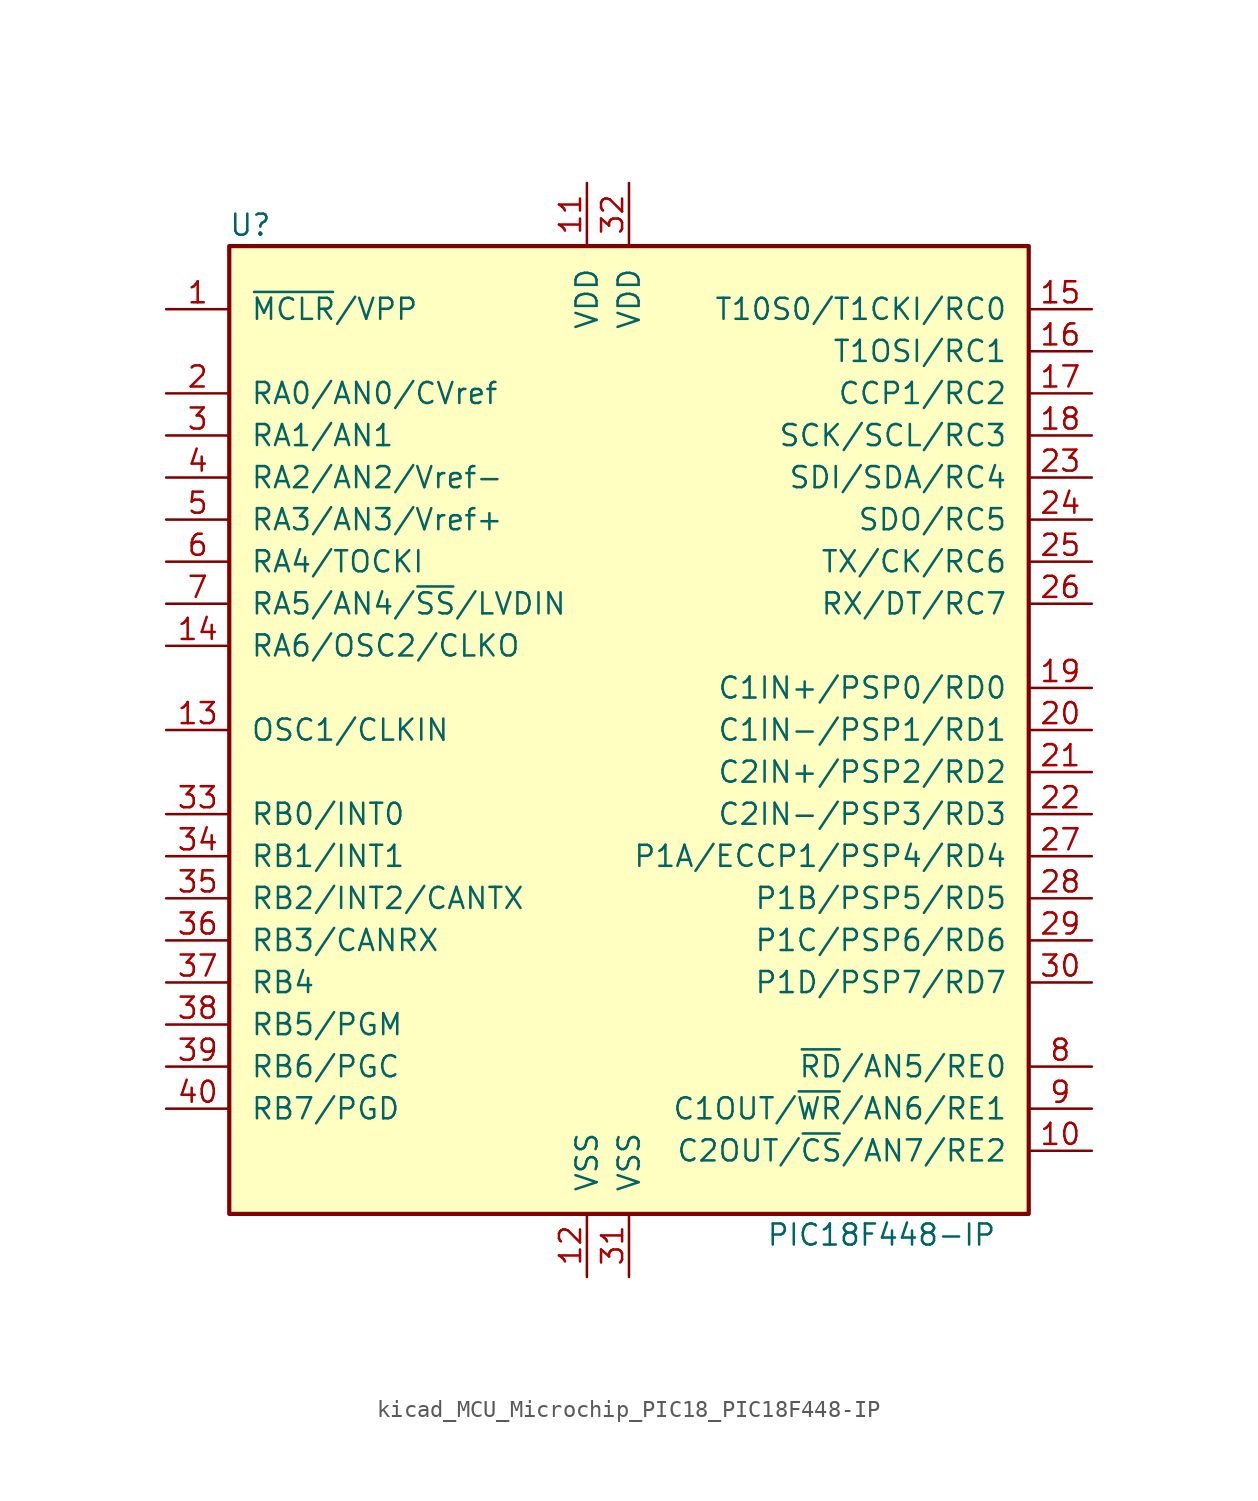
<source format=kicad_sym>
(kicad_symbol_lib
  (version 20220914)
  (generator kicad_symbol_editor)
  (symbol "kicad_MCU_Microchip_PIC18_PIC18F448-IP"
    (pin_names
      (offset 1.27))
    (property "Reference" "U"
      (at -22.86 30.48 0)
      (effects (font (size 1.27 1.27))))
    (property "Value" "PIC18F448-IP"
      (at 15.24 -30.48 0)
      (effects (font (size 1.27 1.27))))
    (symbol "kicad_MCU_Microchip_PIC18_PIC18F448-IP_0_1"
      (rectangle (start -24.13 -29.21) (end 24.13 29.21) (stroke (width 0.254) (type default)) (fill (type background))))
    (symbol "kicad_MCU_Microchip_PIC18_PIC18F448-IP_1_1"
      (pin input line (at -27.94 25.4 0) (length 3.81) (name "~{MCLR}/VPP" (effects (font (size 1.27 1.27)))) (number "1" (effects (font (size 1.27 1.27)))))
      (pin bidirectional line (at 27.94 -25.4 180) (length 3.81) (name "C2OUT/~{CS}/AN7/RE2" (effects (font (size 1.27 1.27)))) (number "10" (effects (font (size 1.27 1.27)))))
      (pin power_in line (at -2.54 33.02 270) (length 3.81) (name "VDD" (effects (font (size 1.27 1.27)))) (number "11" (effects (font (size 1.27 1.27)))))
      (pin power_in line (at -2.54 -33.02 90) (length 3.81) (name "VSS" (effects (font (size 1.27 1.27)))) (number "12" (effects (font (size 1.27 1.27)))))
      (pin input line (at -27.94 0 0) (length 3.81) (name "OSC1/CLKIN" (effects (font (size 1.27 1.27)))) (number "13" (effects (font (size 1.27 1.27)))))
      (pin output line (at -27.94 5.08 0) (length 3.81) (name "RA6/OSC2/CLKO" (effects (font (size 1.27 1.27)))) (number "14" (effects (font (size 1.27 1.27)))))
      (pin bidirectional line (at 27.94 25.4 180) (length 3.81) (name "T10S0/T1CKI/RC0" (effects (font (size 1.27 1.27)))) (number "15" (effects (font (size 1.27 1.27)))))
      (pin bidirectional line (at 27.94 22.86 180) (length 3.81) (name "T1OSI/RC1" (effects (font (size 1.27 1.27)))) (number "16" (effects (font (size 1.27 1.27)))))
      (pin bidirectional line (at 27.94 20.32 180) (length 3.81) (name "CCP1/RC2" (effects (font (size 1.27 1.27)))) (number "17" (effects (font (size 1.27 1.27)))))
      (pin bidirectional line (at 27.94 17.78 180) (length 3.81) (name "SCK/SCL/RC3" (effects (font (size 1.27 1.27)))) (number "18" (effects (font (size 1.27 1.27)))))
      (pin bidirectional line (at 27.94 2.54 180) (length 3.81) (name "C1IN+/PSP0/RD0" (effects (font (size 1.27 1.27)))) (number "19" (effects (font (size 1.27 1.27)))))
      (pin bidirectional line (at -27.94 20.32 0) (length 3.81) (name "RA0/AN0/CVref" (effects (font (size 1.27 1.27)))) (number "2" (effects (font (size 1.27 1.27)))))
      (pin bidirectional line (at 27.94 0 180) (length 3.81) (name "C1IN-/PSP1/RD1" (effects (font (size 1.27 1.27)))) (number "20" (effects (font (size 1.27 1.27)))))
      (pin bidirectional line (at 27.94 -2.54 180) (length 3.81) (name "C2IN+/PSP2/RD2" (effects (font (size 1.27 1.27)))) (number "21" (effects (font (size 1.27 1.27)))))
      (pin bidirectional line (at 27.94 -5.08 180) (length 3.81) (name "C2IN-/PSP3/RD3" (effects (font (size 1.27 1.27)))) (number "22" (effects (font (size 1.27 1.27)))))
      (pin bidirectional line (at 27.94 15.24 180) (length 3.81) (name "SDI/SDA/RC4" (effects (font (size 1.27 1.27)))) (number "23" (effects (font (size 1.27 1.27)))))
      (pin bidirectional line (at 27.94 12.7 180) (length 3.81) (name "SDO/RC5" (effects (font (size 1.27 1.27)))) (number "24" (effects (font (size 1.27 1.27)))))
      (pin bidirectional line (at 27.94 10.16 180) (length 3.81) (name "TX/CK/RC6" (effects (font (size 1.27 1.27)))) (number "25" (effects (font (size 1.27 1.27)))))
      (pin bidirectional line (at 27.94 7.62 180) (length 3.81) (name "RX/DT/RC7" (effects (font (size 1.27 1.27)))) (number "26" (effects (font (size 1.27 1.27)))))
      (pin bidirectional line (at 27.94 -7.62 180) (length 3.81) (name "P1A/ECCP1/PSP4/RD4" (effects (font (size 1.27 1.27)))) (number "27" (effects (font (size 1.27 1.27)))))
      (pin bidirectional line (at 27.94 -10.16 180) (length 3.81) (name "P1B/PSP5/RD5" (effects (font (size 1.27 1.27)))) (number "28" (effects (font (size 1.27 1.27)))))
      (pin bidirectional line (at 27.94 -12.7 180) (length 3.81) (name "P1C/PSP6/RD6" (effects (font (size 1.27 1.27)))) (number "29" (effects (font (size 1.27 1.27)))))
      (pin bidirectional line (at -27.94 17.78 0) (length 3.81) (name "RA1/AN1" (effects (font (size 1.27 1.27)))) (number "3" (effects (font (size 1.27 1.27)))))
      (pin bidirectional line (at 27.94 -15.24 180) (length 3.81) (name "P1D/PSP7/RD7" (effects (font (size 1.27 1.27)))) (number "30" (effects (font (size 1.27 1.27)))))
      (pin power_in line (at 0 -33.02 90) (length 3.81) (name "VSS" (effects (font (size 1.27 1.27)))) (number "31" (effects (font (size 1.27 1.27)))))
      (pin power_in line (at 0 33.02 270) (length 3.81) (name "VDD" (effects (font (size 1.27 1.27)))) (number "32" (effects (font (size 1.27 1.27)))))
      (pin bidirectional line (at -27.94 -5.08 0) (length 3.81) (name "RB0/INT0" (effects (font (size 1.27 1.27)))) (number "33" (effects (font (size 1.27 1.27)))))
      (pin bidirectional line (at -27.94 -7.62 0) (length 3.81) (name "RB1/INT1" (effects (font (size 1.27 1.27)))) (number "34" (effects (font (size 1.27 1.27)))))
      (pin bidirectional line (at -27.94 -10.16 0) (length 3.81) (name "RB2/INT2/CANTX" (effects (font (size 1.27 1.27)))) (number "35" (effects (font (size 1.27 1.27)))))
      (pin bidirectional line (at -27.94 -12.7 0) (length 3.81) (name "RB3/CANRX" (effects (font (size 1.27 1.27)))) (number "36" (effects (font (size 1.27 1.27)))))
      (pin bidirectional line (at -27.94 -15.24 0) (length 3.81) (name "RB4" (effects (font (size 1.27 1.27)))) (number "37" (effects (font (size 1.27 1.27)))))
      (pin bidirectional line (at -27.94 -17.78 0) (length 3.81) (name "RB5/PGM" (effects (font (size 1.27 1.27)))) (number "38" (effects (font (size 1.27 1.27)))))
      (pin bidirectional line (at -27.94 -20.32 0) (length 3.81) (name "RB6/PGC" (effects (font (size 1.27 1.27)))) (number "39" (effects (font (size 1.27 1.27)))))
      (pin bidirectional line (at -27.94 15.24 0) (length 3.81) (name "RA2/AN2/Vref-" (effects (font (size 1.27 1.27)))) (number "4" (effects (font (size 1.27 1.27)))))
      (pin bidirectional line (at -27.94 -22.86 0) (length 3.81) (name "RB7/PGD" (effects (font (size 1.27 1.27)))) (number "40" (effects (font (size 1.27 1.27)))))
      (pin bidirectional line (at -27.94 12.7 0) (length 3.81) (name "RA3/AN3/Vref+" (effects (font (size 1.27 1.27)))) (number "5" (effects (font (size 1.27 1.27)))))
      (pin bidirectional line (at -27.94 10.16 0) (length 3.81) (name "RA4/TOCKI" (effects (font (size 1.27 1.27)))) (number "6" (effects (font (size 1.27 1.27)))))
      (pin bidirectional line (at -27.94 7.62 0) (length 3.81) (name "RA5/AN4/~{SS}/LVDIN" (effects (font (size 1.27 1.27)))) (number "7" (effects (font (size 1.27 1.27)))))
      (pin bidirectional line (at 27.94 -20.32 180) (length 3.81) (name "~{RD}/AN5/RE0" (effects (font (size 1.27 1.27)))) (number "8" (effects (font (size 1.27 1.27)))))
      (pin bidirectional line (at 27.94 -22.86 180) (length 3.81) (name "C1OUT/~{WR}/AN6/RE1" (effects (font (size 1.27 1.27)))) (number "9" (effects (font (size 1.27 1.27))))))))
</source>
